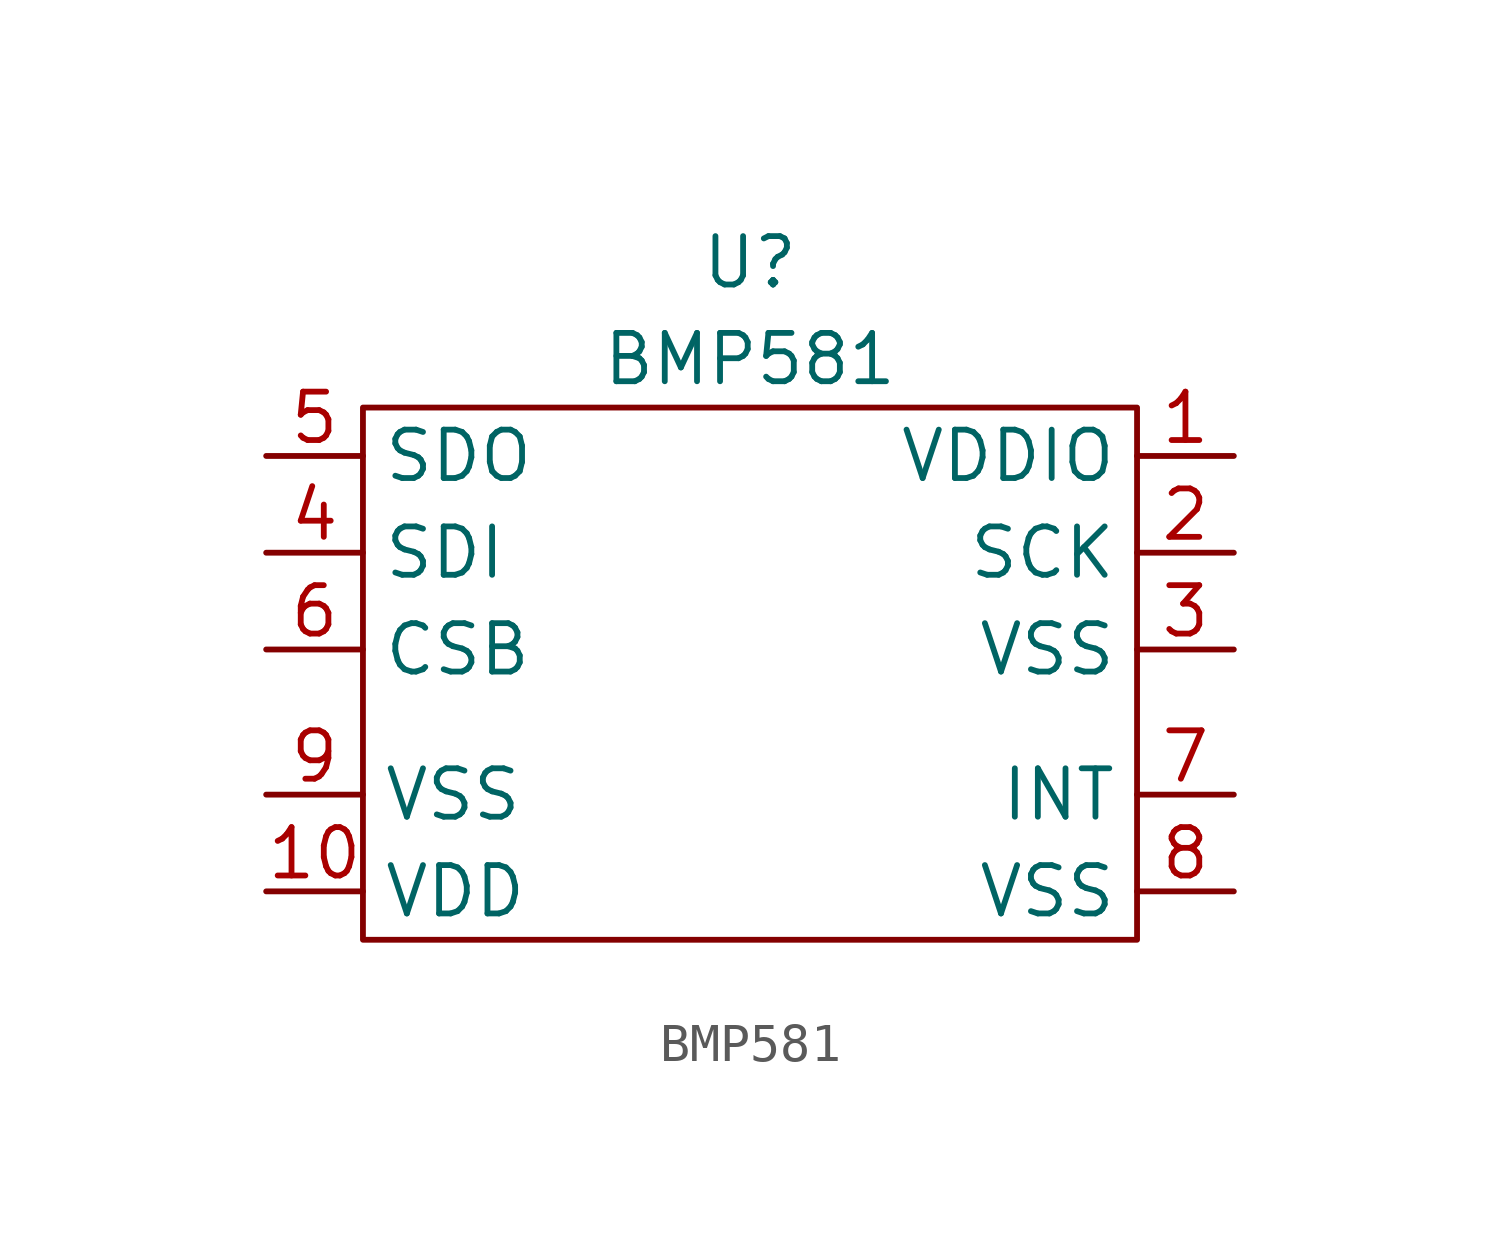
<source format=kicad_sym>
(kicad_symbol_lib
  (version 20211014)
  (generator kicad_symbol_editor)
  (symbol "BMP581"
    (property "Reference" "U"
      (at 0 13.97 0)
      (effects (font (size 1.27 1.27))))
    (property "Value" "BMP581"
      (at 0 11.43 0)
      (effects (font (size 1.27 1.27))))
    (symbol "BMP581_0_0"
      (pin power_in line (at -12.7 -2.54 0) (length 2.54) (name "VDD" (effects (font (size 1.27 1.27)))) (number "10" (effects (font (size 1.27 1.27)))))
      (pin input line (at 12.7 6.35 180) (length 2.54) (name "SCK" (effects (font (size 1.27 1.27)))) (number "2" (effects (font (size 1.27 1.27)))))
      (pin power_in line (at 12.7 3.81 180) (length 2.54) (name "VSS" (effects (font (size 1.27 1.27)))) (number "3" (effects (font (size 1.27 1.27)))))
      (pin bidirectional line (at -12.7 6.35 0) (length 2.54) (name "SDI" (effects (font (size 1.27 1.27)))) (number "4" (effects (font (size 1.27 1.27)))))
      (pin bidirectional line (at -12.7 8.89 0) (length 2.54) (name "SDO" (effects (font (size 1.27 1.27)))) (number "5" (effects (font (size 1.27 1.27)))))
      (pin input line (at -12.7 3.81 0) (length 2.54) (name "CSB" (effects (font (size 1.27 1.27)))) (number "6" (effects (font (size 1.27 1.27)))))
      (pin output line (at 12.7 0 180) (length 2.54) (name "INT" (effects (font (size 1.27 1.27)))) (number "7" (effects (font (size 1.27 1.27)))))
      (pin power_in line (at 12.7 -2.54 180) (length 2.54) (name "VSS" (effects (font (size 1.27 1.27)))) (number "8" (effects (font (size 1.27 1.27)))))
      (pin power_in line (at -12.7 0 0) (length 2.54) (name "VSS" (effects (font (size 1.27 1.27)))) (number "9" (effects (font (size 1.27 1.27))))))
    (symbol "BMP581_0_1"
      (rectangle (start -10.16 10.16) (end 10.16 -3.81) (stroke (width 0) (type default) (color 0 0 0 0)) (fill (type none))))
    (symbol "BMP581_1_1"
      (pin power_in line (at 12.7 8.89 180) (length 2.54) (name "VDDIO" (effects (font (size 1.27 1.27)))) (number "1" (effects (font (size 1.27 1.27))))))))
</source>
